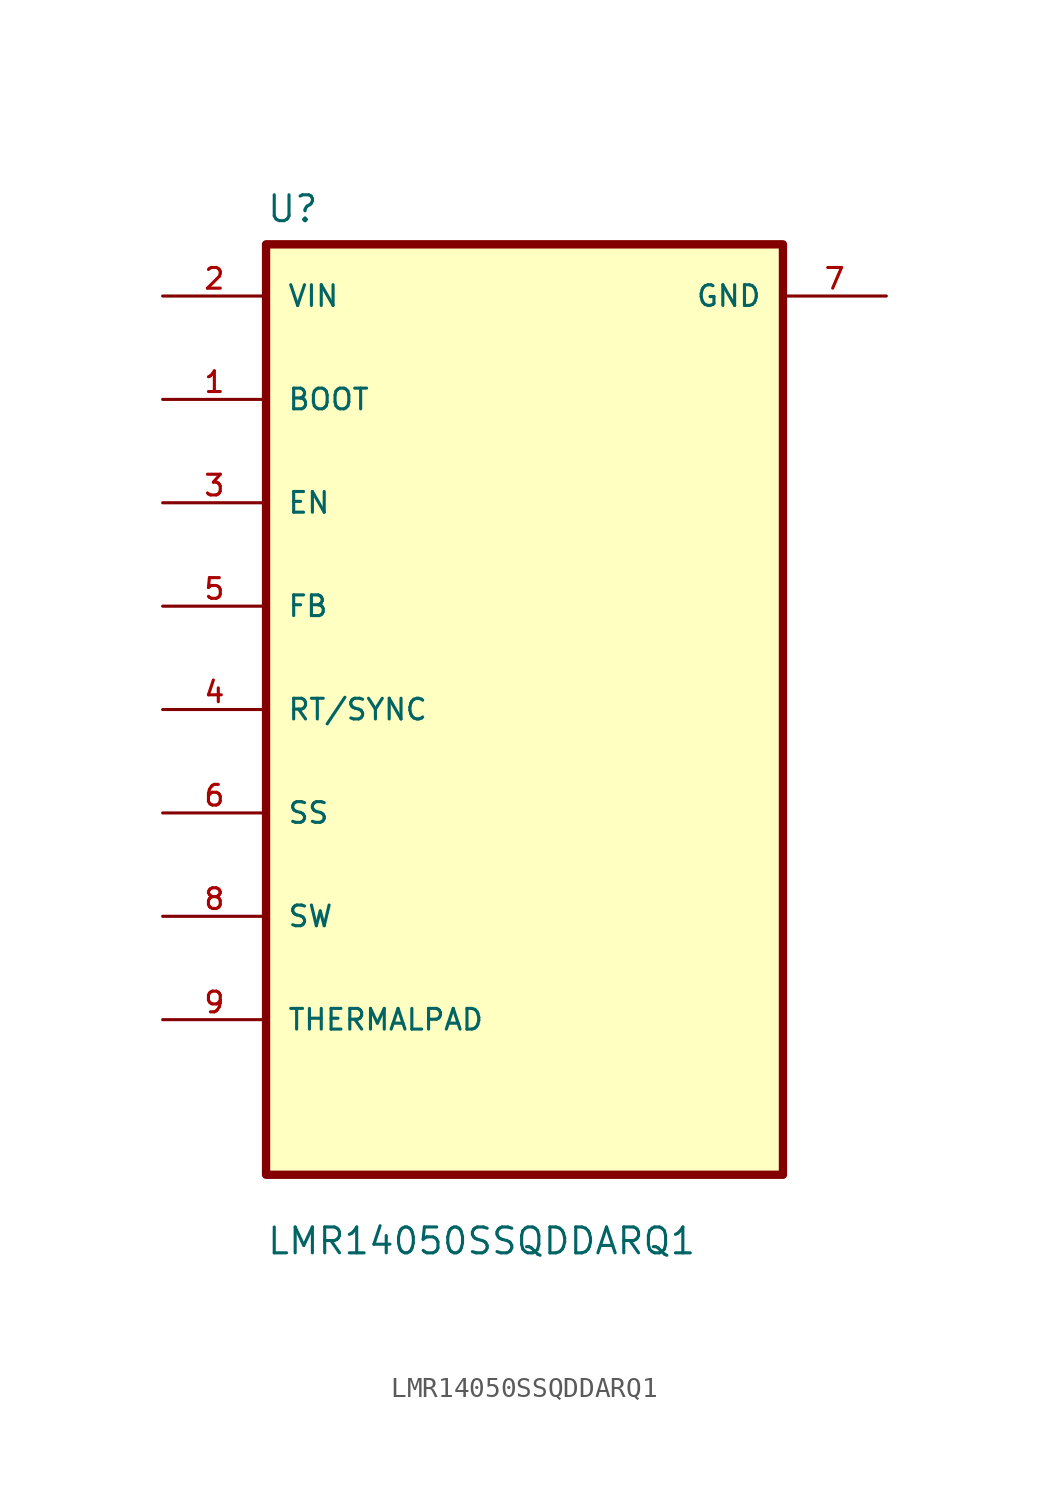
<source format=kicad_sym>
(kicad_symbol_lib
  (version 20211014)
  (generator kicad_symbol_editor)
  (symbol "LMR14050SSQDDARQ1"
    (pin_names
      (offset 1.016))
    (property "Reference" "U"
      (at -12.7 23.86 0.0)
      (effects (font (size 1.27 1.27)) (justify bottom left)))
    (property "Value" "LMR14050SSQDDARQ1"
      (at -12.7 -26.86 0.0)
      (effects (font (size 1.27 1.27)) (justify bottom left)))
    (symbol "LMR14050SSQDDARQ1_0_0"
      (rectangle (start -12.7 -22.86) (end 12.7 22.86) (stroke (width 0.41)) (fill (type background)))
      (pin input line (at -17.78 20.32 0) (length 5.08) (name "VIN" (effects (font (size 1.016 1.016)))) (number "2" (effects (font (size 1.016 1.016)))))
      (pin bidirectional line (at -17.78 15.24 0) (length 5.08) (name "BOOT" (effects (font (size 1.016 1.016)))) (number "1" (effects (font (size 1.016 1.016)))))
      (pin bidirectional line (at -17.78 10.16 0) (length 5.08) (name "EN" (effects (font (size 1.016 1.016)))) (number "3" (effects (font (size 1.016 1.016)))))
      (pin bidirectional line (at -17.78 5.08 0) (length 5.08) (name "FB" (effects (font (size 1.016 1.016)))) (number "5" (effects (font (size 1.016 1.016)))))
      (pin bidirectional line (at -17.78 3.55271e-15 0) (length 5.08) (name "RT/SYNC" (effects (font (size 1.016 1.016)))) (number "4" (effects (font (size 1.016 1.016)))))
      (pin bidirectional line (at -17.78 -5.08 0) (length 5.08) (name "SS" (effects (font (size 1.016 1.016)))) (number "6" (effects (font (size 1.016 1.016)))))
      (pin bidirectional line (at -17.78 -10.16 0) (length 5.08) (name "SW" (effects (font (size 1.016 1.016)))) (number "8" (effects (font (size 1.016 1.016)))))
      (pin bidirectional line (at -17.78 -15.24 0) (length 5.08) (name "THERMALPAD" (effects (font (size 1.016 1.016)))) (number "9" (effects (font (size 1.016 1.016)))))
      (pin power_in line (at 17.78 20.32 180.0) (length 5.08) (name "GND" (effects (font (size 1.016 1.016)))) (number "7" (effects (font (size 1.016 1.016))))))))
</source>
